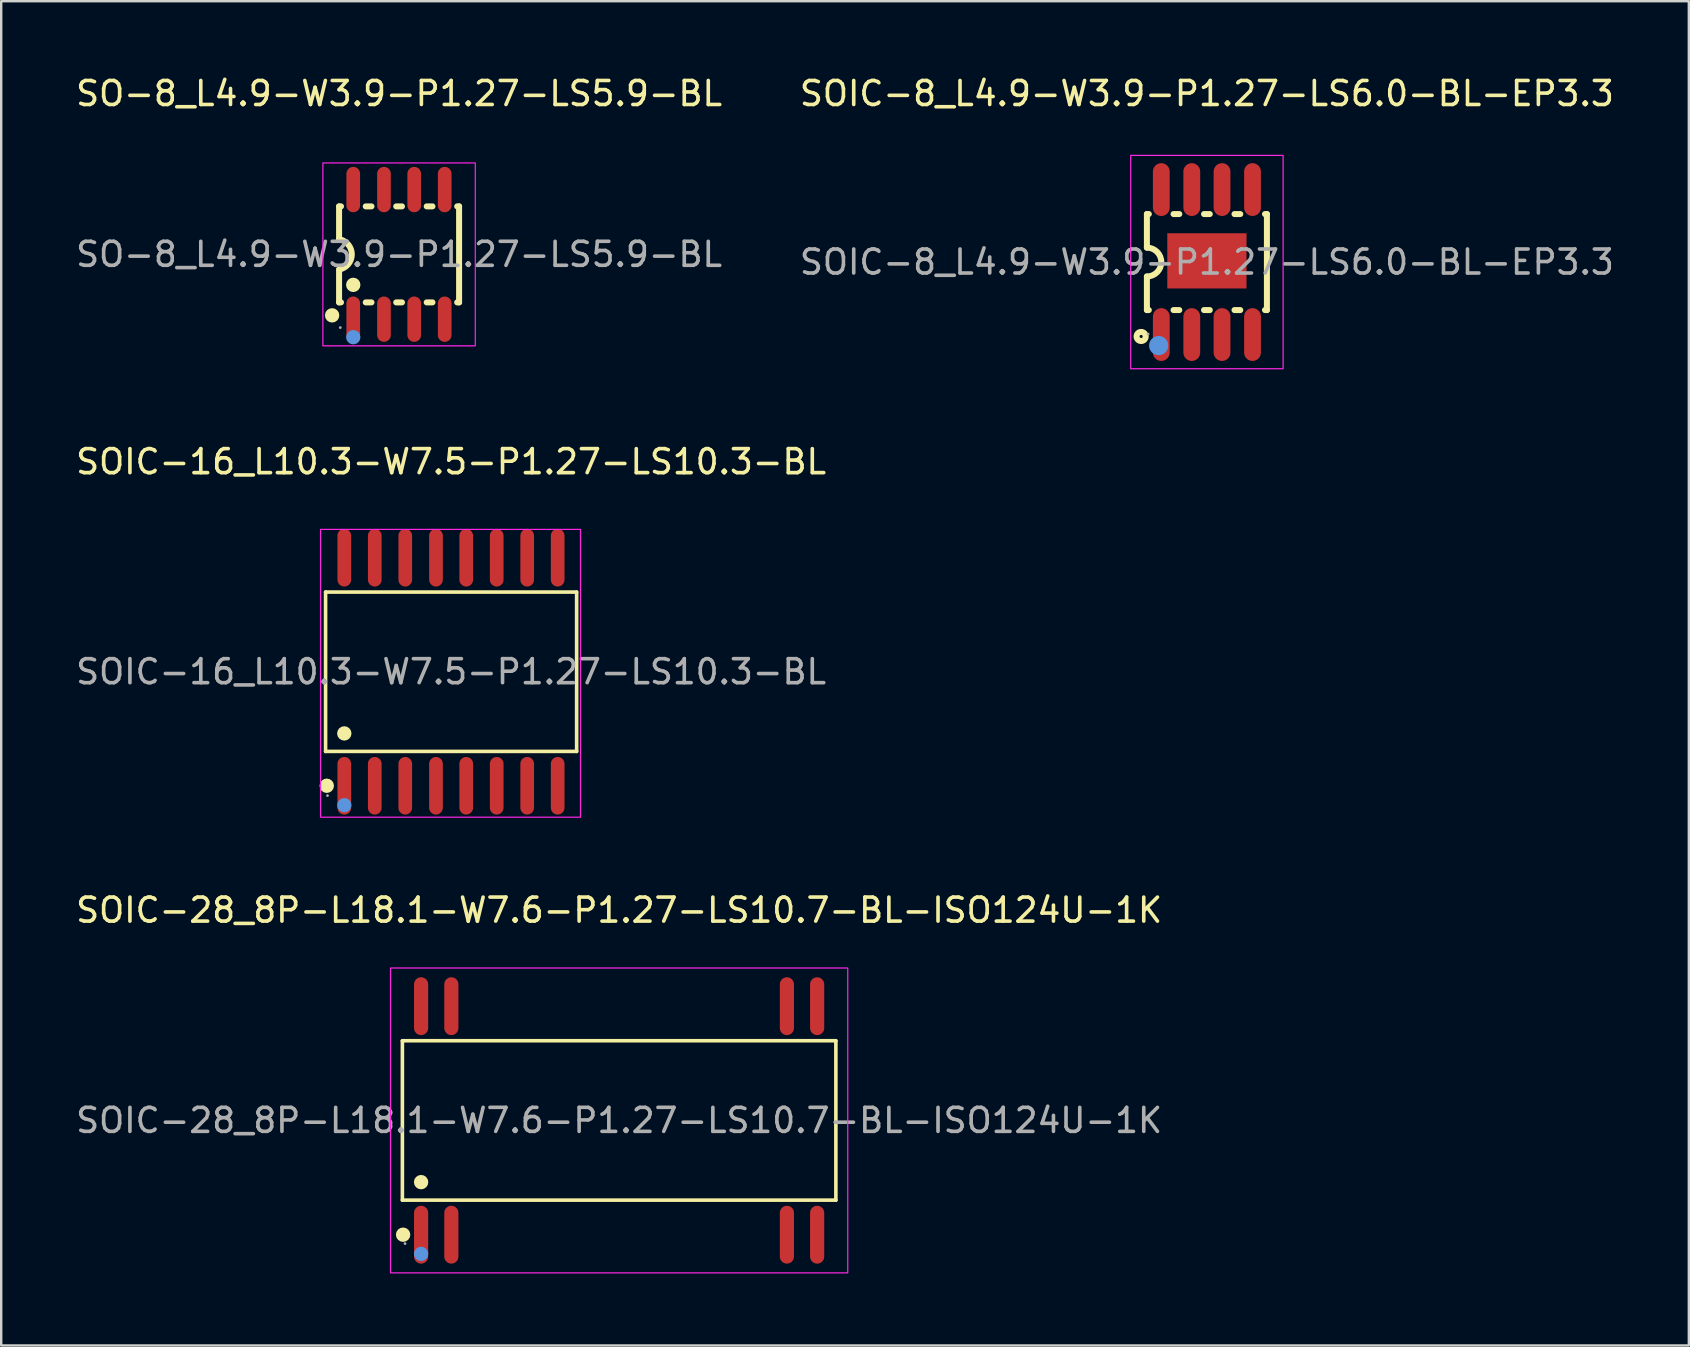
<source format=kicad_pcb>
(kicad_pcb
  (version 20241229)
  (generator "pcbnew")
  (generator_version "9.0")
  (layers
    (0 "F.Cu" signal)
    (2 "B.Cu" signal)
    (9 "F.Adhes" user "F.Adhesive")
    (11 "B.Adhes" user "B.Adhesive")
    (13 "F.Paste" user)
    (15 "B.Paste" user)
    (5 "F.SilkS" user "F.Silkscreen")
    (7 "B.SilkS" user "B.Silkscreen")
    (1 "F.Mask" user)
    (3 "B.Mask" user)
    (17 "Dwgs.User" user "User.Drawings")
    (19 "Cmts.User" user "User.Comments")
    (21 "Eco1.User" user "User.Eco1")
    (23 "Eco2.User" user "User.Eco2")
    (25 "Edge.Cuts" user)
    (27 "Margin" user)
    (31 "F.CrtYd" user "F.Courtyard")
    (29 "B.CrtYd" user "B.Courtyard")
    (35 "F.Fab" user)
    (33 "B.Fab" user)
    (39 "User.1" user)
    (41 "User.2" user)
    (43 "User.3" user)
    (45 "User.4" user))
  (footprint "SO-8_L4.9-W3.9-P1.27-LS5.9-BL"
    (layer "F.Cu")
    (at 13.577 7.548)
    (property "Reference" "SO-8_L4.9-W3.9-P1.27-LS5.9-BL" (at 0 -6.7 0) (layer "F.SilkS") (effects (font (size 1 1) (thickness 0.15))))
    (attr smd)
    (fp_line (start -2.5 -2) (end -2.5 -0.63) (stroke (width 0.25) (type solid)) (layer "F.SilkS"))
    (fp_line (start -2.5 -2) (end -2.42 -2) (stroke (width 0.25) (type solid)) (layer "F.SilkS"))
    (fp_line (start -2.5 2) (end -2.5 0.63) (stroke (width 0.25) (type solid)) (layer "F.SilkS"))
    (fp_line (start -2.5 2) (end -2.42 2) (stroke (width 0.25) (type solid)) (layer "F.SilkS"))
    (fp_line (start -1.39 -2) (end -1.15 -2) (stroke (width 0.25) (type solid)) (layer "F.SilkS"))
    (fp_line (start -1.39 2) (end -1.15 2) (stroke (width 0.25) (type solid)) (layer "F.SilkS"))
    (fp_line (start -0.12 -2) (end 0.12 -2) (stroke (width 0.25) (type solid)) (layer "F.SilkS"))
    (fp_line (start -0.12 2) (end 0.12 2) (stroke (width 0.25) (type solid)) (layer "F.SilkS"))
    (fp_line (start 1.15 -2) (end 1.39 -2) (stroke (width 0.25) (type solid)) (layer "F.SilkS"))
    (fp_line (start 1.15 2) (end 1.39 2) (stroke (width 0.25) (type solid)) (layer "F.SilkS"))
    (fp_line (start 2.42 -2) (end 2.5 -2) (stroke (width 0.25) (type solid)) (layer "F.SilkS"))
    (fp_line (start 2.42 2) (end 2.5 2) (stroke (width 0.25) (type solid)) (layer "F.SilkS"))
    (fp_line (start 2.5 -2) (end 2.5 2) (stroke (width 0.25) (type solid)) (layer "F.SilkS"))
    (fp_arc (start -2.5 -0.63) (mid -1.970474 -0.002632) (end -2.494818 0.629073) (stroke (width 0.25) (type solid)) (layer "F.SilkS"))
    (fp_circle (center -2.79 2.54) (end -2.64 2.54) (stroke (width 0.3) (type solid)) (fill no) (layer "F.SilkS"))
    (fp_circle (center -1.91 1.27) (end -1.76 1.27) (stroke (width 0.3) (type solid)) (fill no) (layer "F.SilkS"))
    (fp_circle (center -1.91 3.45) (end -1.76 3.45) (stroke (width 0.3) (type solid)) (fill no) (layer "Cmts.User"))
    (fp_rect (start -3.175 -3.81) (end 3.175 3.81) (stroke (width 0.05) (type default)) (fill no) (layer "F.CrtYd"))
    (fp_circle (center -2.45 3.05) (end -2.42 3.05) (stroke (width 0.06) (type solid)) (fill no) (layer "F.Fab"))
    (fp_text user "${REFERENCE}" (at 0 0 0) (layer "F.Fab") (effects (font (size 1 1) (thickness 0.15))))
    (pad "1" smd oval (at -1.91 2.7) (size 0.57 1.89) (layers "F.Cu" "F.Mask" "F.Paste"))
    (pad "2" smd oval (at -0.63 2.7) (size 0.57 1.89) (layers "F.Cu" "F.Mask" "F.Paste"))
    (pad "3" smd oval (at 0.63 2.7) (size 0.57 1.89) (layers "F.Cu" "F.Mask" "F.Paste"))
    (pad "4" smd oval (at 1.9 2.7) (size 0.57 1.89) (layers "F.Cu" "F.Mask" "F.Paste"))
    (pad "5" smd oval (at 1.9 -2.7) (size 0.57 1.89) (layers "F.Cu" "F.Mask" "F.Paste"))
    (pad "6" smd oval (at 0.63 -2.7) (size 0.57 1.89) (layers "F.Cu" "F.Mask" "F.Paste"))
    (pad "7" smd oval (at -0.63 -2.7) (size 0.57 1.89) (layers "F.Cu" "F.Mask" "F.Paste"))
    (pad "8" smd oval (at -1.91 -2.7) (size 0.57 1.89) (layers "F.Cu" "F.Mask" "F.Paste")))
  (footprint "SOIC-28_8P-L18.1-W7.6-P1.27-LS10.7-BL-ISO124U-1K"
    (layer "F.Cu")
    (at 22.744 43.63)
    (property "Reference" "SOIC-28_8P-L18.1-W7.6-P1.27-LS10.7-BL-ISO124U-1K" (at 0 -8.76 0) (layer "F.SilkS") (effects (font (size 1 1) (thickness 0.15))))
    (attr smd)
    (fp_line (start -9.03 -3.32) (end 9.03 -3.32) (stroke (width 0.15) (type solid)) (layer "F.SilkS"))
    (fp_line (start -9.03 3.32) (end -9.03 -3.32) (stroke (width 0.15) (type solid)) (layer "F.SilkS"))
    (fp_line (start 9.03 -3.32) (end 9.03 3.32) (stroke (width 0.15) (type solid)) (layer "F.SilkS"))
    (fp_line (start 9.03 3.32) (end -9.03 3.32) (stroke (width 0.15) (type solid)) (layer "F.SilkS"))
    (fp_circle (center -9 4.76) (end -8.85 4.76) (stroke (width 0.3) (type solid)) (fill no) (layer "F.SilkS"))
    (fp_circle (center -8.25 2.57) (end -8.1 2.57) (stroke (width 0.3) (type solid)) (fill no) (layer "F.SilkS"))
    (fp_circle (center -8.25 5.56) (end -8.1 5.56) (stroke (width 0.3) (type solid)) (fill no) (layer "Cmts.User"))
    (fp_rect (start -9.525 -6.35) (end 9.525 6.35) (stroke (width 0.05) (type default)) (fill no) (layer "F.CrtYd"))
    (fp_circle (center -8.92 5.13) (end -8.89 5.13) (stroke (width 0.06) (type solid)) (fill no) (layer "F.Fab"))
    (fp_text user "${REFERENCE}" (at 0 0 0) (layer "F.Fab") (effects (font (size 1 1) (thickness 0.15))))
    (pad "1" smd oval (at -8.25 4.76) (size 0.59 2.41) (layers "F.Cu" "F.Mask" "F.Paste"))
    (pad "2" smd oval (at -6.99 4.76) (size 0.59 2.41) (layers "F.Cu" "F.Mask" "F.Paste"))
    (pad "13" smd oval (at 6.99 4.76) (size 0.59 2.41) (layers "F.Cu" "F.Mask" "F.Paste"))
    (pad "14" smd oval (at 8.25 4.76) (size 0.59 2.41) (layers "F.Cu" "F.Mask" "F.Paste"))
    (pad "15" smd oval (at 8.25 -4.76) (size 0.59 2.41) (layers "F.Cu" "F.Mask" "F.Paste"))
    (pad "16" smd oval (at 6.99 -4.76) (size 0.59 2.41) (layers "F.Cu" "F.Mask" "F.Paste"))
    (pad "27" smd oval (at -6.99 -4.76) (size 0.59 2.41) (layers "F.Cu" "F.Mask" "F.Paste"))
    (pad "28" smd oval (at -8.25 -4.76) (size 0.59 2.41) (layers "F.Cu" "F.Mask" "F.Paste")))
  (footprint "SOIC-8_L4.9-W3.9-P1.27-LS6.0-BL-EP3.3"
    (layer "F.Cu")
    (at 47.232 7.868)
    (property "Reference" "SOIC-8_L4.9-W3.9-P1.27-LS6.0-BL-EP3.3" (at 0 -7.02 0) (layer "F.SilkS") (effects (font (size 1 1) (thickness 0.15))))
    (attr smd)
    (fp_line (start -2.5 -2) (end -2.5 -0.6) (stroke (width 0.25) (type solid)) (layer "F.SilkS"))
    (fp_line (start -2.5 2) (end -2.5 0.6) (stroke (width 0.25) (type solid)) (layer "F.SilkS"))
    (fp_line (start -2.42 -2) (end -2.5 -2) (stroke (width 0.25) (type solid)) (layer "F.SilkS"))
    (fp_line (start -2.42 2) (end -2.5 2) (stroke (width 0.25) (type solid)) (layer "F.SilkS"))
    (fp_line (start -1.15 -2) (end -1.39 -2) (stroke (width 0.25) (type solid)) (layer "F.SilkS"))
    (fp_line (start -1.15 2) (end -1.39 2) (stroke (width 0.25) (type solid)) (layer "F.SilkS"))
    (fp_line (start 0.12 -2) (end -0.12 -2) (stroke (width 0.25) (type solid)) (layer "F.SilkS"))
    (fp_line (start 0.12 2) (end -0.12 2) (stroke (width 0.25) (type solid)) (layer "F.SilkS"))
    (fp_line (start 1.39 -2) (end 1.15 -2) (stroke (width 0.25) (type solid)) (layer "F.SilkS"))
    (fp_line (start 1.39 2) (end 1.15 2) (stroke (width 0.25) (type solid)) (layer "F.SilkS"))
    (fp_line (start 2.5 -2) (end 2.42 -2) (stroke (width 0.25) (type solid)) (layer "F.SilkS"))
    (fp_line (start 2.5 -2) (end 2.5 2) (stroke (width 0.25) (type solid)) (layer "F.SilkS"))
    (fp_line (start 2.5 2) (end 2.42 2) (stroke (width 0.25) (type solid)) (layer "F.SilkS"))
    (fp_arc (start -2.5 -0.6) (mid -1.9 0) (end -2.5 0.6) (stroke (width 0.25) (type solid)) (layer "F.SilkS"))
    (fp_circle (center -2.74 3.1) (end -2.55 3.1) (stroke (width 0.25) (type solid)) (fill no) (layer "F.SilkS"))
    (fp_circle (center -2.01 3.48) (end -1.81 3.48) (stroke (width 0.4) (type solid)) (fill no) (layer "Cmts.User"))
    (fp_rect (start -3.175 -4.445) (end 3.175 4.445) (stroke (width 0.05) (type default)) (fill no) (layer "F.CrtYd"))
    (fp_circle (center -2.45 3) (end -2.42 3) (stroke (width 0.06) (type solid)) (fill no) (layer "F.Fab"))
    (fp_text user "${REFERENCE}" (at 0 0 0) (layer "F.Fab") (effects (font (size 1 1) (thickness 0.15))))
    (pad "1" smd oval (at -1.9 3.02 180) (size 0.7 2.2) (layers "F.Cu" "F.Mask" "F.Paste"))
    (pad "2" smd oval (at -0.63 3.02 180) (size 0.7 2.2) (layers "F.Cu" "F.Mask" "F.Paste"))
    (pad "3" smd oval (at 0.63 3.02 180) (size 0.7 2.2) (layers "F.Cu" "F.Mask" "F.Paste"))
    (pad "4" smd oval (at 1.9 3.02 180) (size 0.7 2.2) (layers "F.Cu" "F.Mask" "F.Paste"))
    (pad "5" smd oval (at 1.9 -3.02 180) (size 0.7 2.2) (layers "F.Cu" "F.Mask" "F.Paste"))
    (pad "6" smd oval (at 0.63 -3.02 180) (size 0.7 2.2) (layers "F.Cu" "F.Mask" "F.Paste"))
    (pad "7" smd oval (at -0.63 -3.02 180) (size 0.7 2.2) (layers "F.Cu" "F.Mask" "F.Paste"))
    (pad "8" smd oval (at -1.9 -3.02 180) (size 0.7 2.2) (layers "F.Cu" "F.Mask" "F.Paste"))
    (pad "9" smd rect (at 0 -0.05 90) (size 2.3 3.3) (layers "F.Cu" "F.Mask" "F.Paste")))
  (footprint "SOIC-16_L10.3-W7.5-P1.27-LS10.3-BL"
    (layer "F.Cu")
    (at 15.744 24.936)
    (property "Reference" "SOIC-16_L10.3-W7.5-P1.27-LS10.3-BL" (at 0 -8.75 0) (layer "F.SilkS") (effects (font (size 1 1) (thickness 0.15))))
    (attr smd)
    (fp_line (start -5.23 -3.32) (end 5.23 -3.32) (stroke (width 0.15) (type solid)) (layer "F.SilkS"))
    (fp_line (start -5.23 3.32) (end -5.23 -3.32) (stroke (width 0.15) (type solid)) (layer "F.SilkS"))
    (fp_line (start 5.23 -3.32) (end 5.23 3.32) (stroke (width 0.15) (type solid)) (layer "F.SilkS"))
    (fp_line (start 5.23 3.32) (end -5.23 3.32) (stroke (width 0.15) (type solid)) (layer "F.SilkS"))
    (fp_circle (center -5.18 4.75) (end -5.03 4.75) (stroke (width 0.3) (type solid)) (fill no) (layer "F.SilkS"))
    (fp_circle (center -4.45 2.57) (end -4.3 2.57) (stroke (width 0.3) (type solid)) (fill no) (layer "F.SilkS"))
    (fp_circle (center -4.45 5.56) (end -4.3 5.56) (stroke (width 0.3) (type solid)) (fill no) (layer "Cmts.User"))
    (fp_rect (start -5.44 -5.93) (end 5.39 6.06) (stroke (width 0.05) (type default)) (fill no) (layer "F.CrtYd"))
    (fp_circle (center -5.15 5.16) (end -5.12 5.16) (stroke (width 0.06) (type solid)) (fill no) (layer "F.Fab"))
    (fp_text user "${REFERENCE}" (at 0 0 0) (layer "F.Fab") (effects (font (size 1 1) (thickness 0.15))))
    (pad "1" smd oval (at -4.45 4.75) (size 0.57 2.4) (layers "F.Cu" "F.Mask" "F.Paste"))
    (pad "2" smd oval (at -3.18 4.75) (size 0.57 2.4) (layers "F.Cu" "F.Mask" "F.Paste"))
    (pad "3" smd oval (at -1.91 4.75) (size 0.57 2.4) (layers "F.Cu" "F.Mask" "F.Paste"))
    (pad "4" smd oval (at -0.63 4.75) (size 0.57 2.4) (layers "F.Cu" "F.Mask" "F.Paste"))
    (pad "5" smd oval (at 0.63 4.75) (size 0.57 2.4) (layers "F.Cu" "F.Mask" "F.Paste"))
    (pad "6" smd oval (at 1.9 4.75) (size 0.57 2.4) (layers "F.Cu" "F.Mask" "F.Paste"))
    (pad "7" smd oval (at 3.17 4.75) (size 0.57 2.4) (layers "F.Cu" "F.Mask" "F.Paste"))
    (pad "8" smd oval (at 4.44 4.75) (size 0.57 2.4) (layers "F.Cu" "F.Mask" "F.Paste"))
    (pad "9" smd oval (at 4.44 -4.75) (size 0.57 2.4) (layers "F.Cu" "F.Mask" "F.Paste"))
    (pad "10" smd oval (at 3.17 -4.75) (size 0.57 2.4) (layers "F.Cu" "F.Mask" "F.Paste"))
    (pad "11" smd oval (at 1.9 -4.75) (size 0.57 2.4) (layers "F.Cu" "F.Mask" "F.Paste"))
    (pad "12" smd oval (at 0.63 -4.75) (size 0.57 2.4) (layers "F.Cu" "F.Mask" "F.Paste"))
    (pad "13" smd oval (at -0.63 -4.75) (size 0.57 2.4) (layers "F.Cu" "F.Mask" "F.Paste"))
    (pad "14" smd oval (at -1.91 -4.75) (size 0.57 2.4) (layers "F.Cu" "F.Mask" "F.Paste"))
    (pad "15" smd oval (at -3.18 -4.75) (size 0.57 2.4) (layers "F.Cu" "F.Mask" "F.Paste"))
    (pad "16" smd oval (at -4.45 -4.75) (size 0.57 2.4) (layers "F.Cu" "F.Mask" "F.Paste")))
  (gr_rect
    (start -3 -3)
    (end 67.31 53.005)
    (stroke (width 0.1) (type default))
    (fill no)
    (layer "Edge.Cuts")))
</source>
